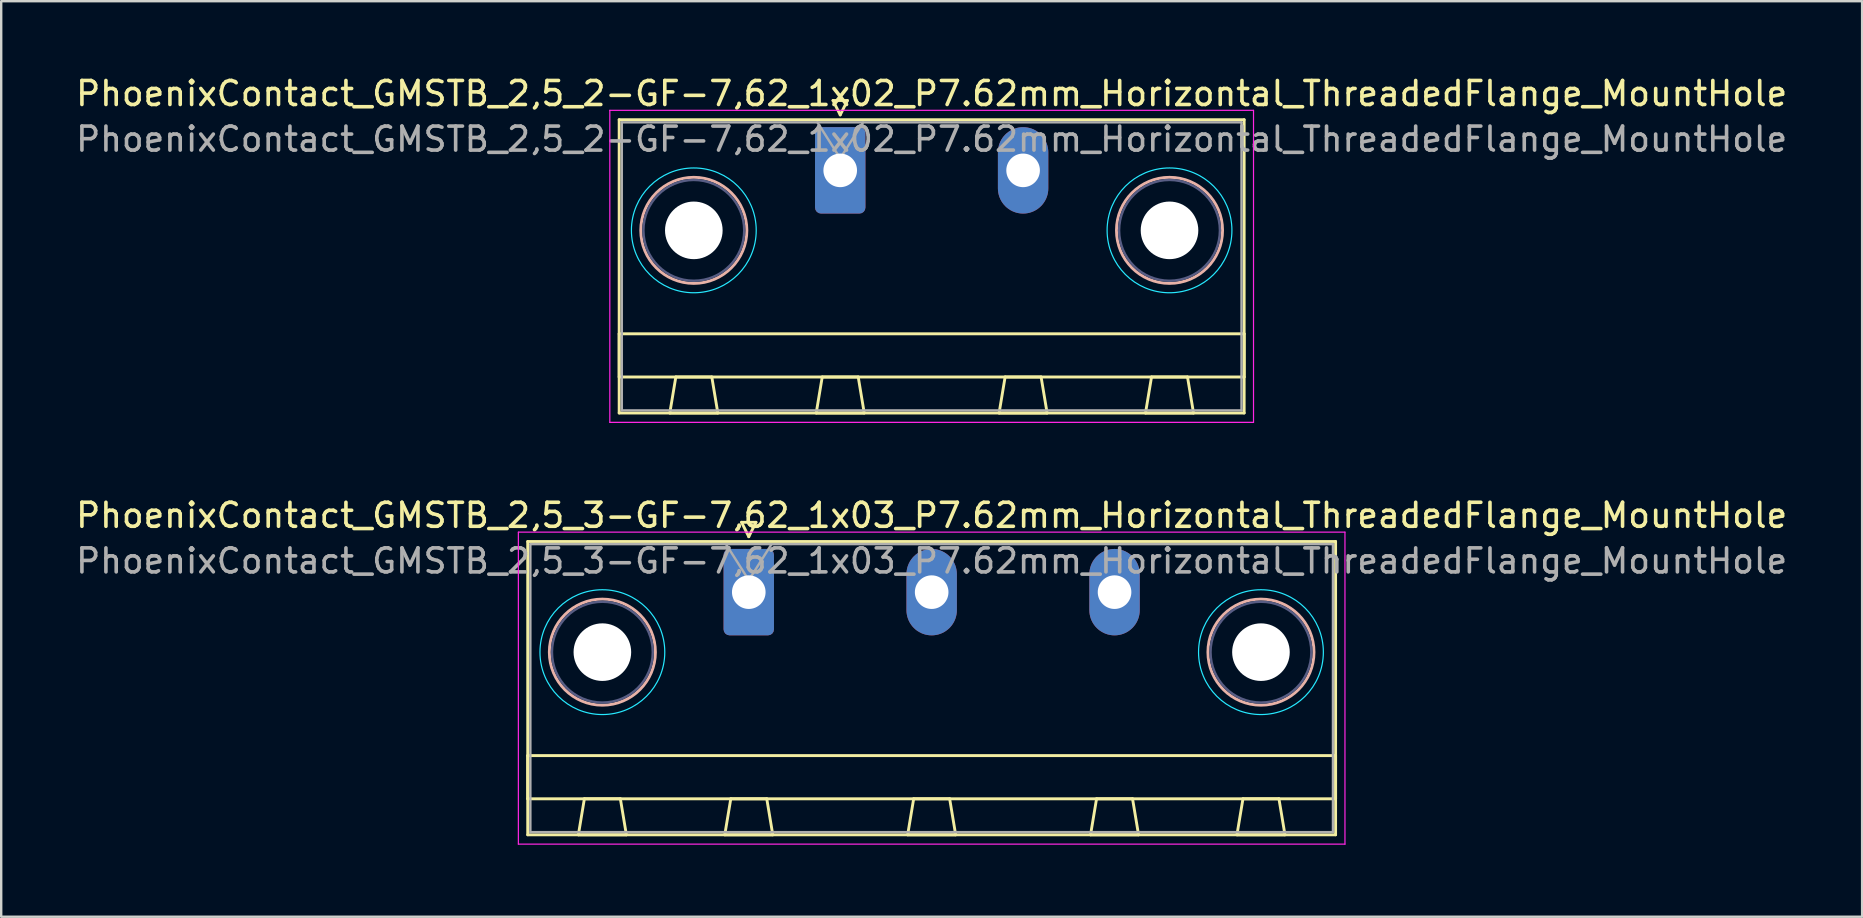
<source format=kicad_pcb>
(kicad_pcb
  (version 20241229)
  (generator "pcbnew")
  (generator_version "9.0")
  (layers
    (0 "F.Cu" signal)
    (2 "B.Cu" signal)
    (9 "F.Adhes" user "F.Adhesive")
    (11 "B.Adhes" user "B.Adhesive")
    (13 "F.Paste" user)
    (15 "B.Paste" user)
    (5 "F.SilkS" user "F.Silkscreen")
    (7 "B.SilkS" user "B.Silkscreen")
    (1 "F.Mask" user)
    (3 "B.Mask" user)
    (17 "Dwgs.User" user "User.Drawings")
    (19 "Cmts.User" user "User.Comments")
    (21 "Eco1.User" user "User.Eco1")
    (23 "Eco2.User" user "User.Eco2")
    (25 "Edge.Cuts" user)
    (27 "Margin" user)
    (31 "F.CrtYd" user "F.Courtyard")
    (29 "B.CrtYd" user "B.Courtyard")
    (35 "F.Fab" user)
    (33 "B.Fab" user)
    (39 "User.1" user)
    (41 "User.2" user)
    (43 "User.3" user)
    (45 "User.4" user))
  (footprint "PhoenixContact_GMSTB_2,5_2-GF-7,62_1x02_P7.62mm_Horizontal_ThreadedFlange_MountHole"
    (layer "F.Cu")
    (at 31.958 4.048)
    (property "Reference" "PhoenixContact_GMSTB_2,5_2-GF-7,62_1x02_P7.62mm_Horizontal_ThreadedFlange_MountHole" (at 3.81 -3.2 0) (layer "F.SilkS") (effects (font (size 1 1) (thickness 0.15))))
    (attr through_hole)
    (fp_line (start -9.21 -2.11) (end -9.21 10.11) (stroke (width 0.12) (type solid)) (layer "F.SilkS"))
    (fp_line (start -9.21 6.81) (end 16.83 6.81) (stroke (width 0.12) (type solid)) (layer "F.SilkS"))
    (fp_line (start -9.21 8.61) (end -9.21 6.81) (stroke (width 0.12) (type solid)) (layer "F.SilkS"))
    (fp_line (start -9.21 10.11) (end 16.83 10.11) (stroke (width 0.12) (type solid)) (layer "F.SilkS"))
    (fp_line (start -7.1 10.11) (end -5.1 10.11) (stroke (width 0.12) (type solid)) (layer "F.SilkS"))
    (fp_line (start -6.85 8.61) (end -7.1 10.11) (stroke (width 0.12) (type solid)) (layer "F.SilkS"))
    (fp_line (start -5.35 8.61) (end -6.85 8.61) (stroke (width 0.12) (type solid)) (layer "F.SilkS"))
    (fp_line (start -5.1 10.11) (end -5.35 8.61) (stroke (width 0.12) (type solid)) (layer "F.SilkS"))
    (fp_line (start -1 10.11) (end 1 10.11) (stroke (width 0.12) (type solid)) (layer "F.SilkS"))
    (fp_line (start -0.75 8.61) (end -1 10.11) (stroke (width 0.12) (type solid)) (layer "F.SilkS"))
    (fp_line (start -0.3 -2.91) (end 0.3 -2.91) (stroke (width 0.12) (type solid)) (layer "F.SilkS"))
    (fp_line (start 0 -2.31) (end -0.3 -2.91) (stroke (width 0.12) (type solid)) (layer "F.SilkS"))
    (fp_line (start 0.3 -2.91) (end 0 -2.31) (stroke (width 0.12) (type solid)) (layer "F.SilkS"))
    (fp_line (start 0.75 8.61) (end -0.75 8.61) (stroke (width 0.12) (type solid)) (layer "F.SilkS"))
    (fp_line (start 1 10.11) (end 0.75 8.61) (stroke (width 0.12) (type solid)) (layer "F.SilkS"))
    (fp_line (start 6.62 10.11) (end 8.62 10.11) (stroke (width 0.12) (type solid)) (layer "F.SilkS"))
    (fp_line (start 6.87 8.61) (end 6.62 10.11) (stroke (width 0.12) (type solid)) (layer "F.SilkS"))
    (fp_line (start 8.37 8.61) (end 6.87 8.61) (stroke (width 0.12) (type solid)) (layer "F.SilkS"))
    (fp_line (start 8.62 10.11) (end 8.37 8.61) (stroke (width 0.12) (type solid)) (layer "F.SilkS"))
    (fp_line (start 12.72 10.11) (end 14.72 10.11) (stroke (width 0.12) (type solid)) (layer "F.SilkS"))
    (fp_line (start 12.97 8.61) (end 12.72 10.11) (stroke (width 0.12) (type solid)) (layer "F.SilkS"))
    (fp_line (start 14.47 8.61) (end 12.97 8.61) (stroke (width 0.12) (type solid)) (layer "F.SilkS"))
    (fp_line (start 14.72 10.11) (end 14.47 8.61) (stroke (width 0.12) (type solid)) (layer "F.SilkS"))
    (fp_line (start 16.83 -2.11) (end -9.21 -2.11) (stroke (width 0.12) (type solid)) (layer "F.SilkS"))
    (fp_line (start 16.83 6.81) (end 16.83 8.61) (stroke (width 0.12) (type solid)) (layer "F.SilkS"))
    (fp_line (start 16.83 8.61) (end -9.21 8.61) (stroke (width 0.12) (type solid)) (layer "F.SilkS"))
    (fp_line (start 16.83 10.11) (end 16.83 -2.11) (stroke (width 0.12) (type solid)) (layer "F.SilkS"))
    (fp_circle (center -6.1 2.5) (end -3.89 2.5) (stroke (width 0.12) (type solid)) (fill no) (layer "B.SilkS"))
    (fp_circle (center 13.72 2.5) (end 15.93 2.5) (stroke (width 0.12) (type solid)) (fill no) (layer "B.SilkS"))
    (fp_circle (center -6.1 2.5) (end -3.5 2.5) (stroke (width 0.05) (type solid)) (fill no) (layer "B.CrtYd"))
    (fp_circle (center 13.72 2.5) (end 16.32 2.5) (stroke (width 0.05) (type solid)) (fill no) (layer "B.CrtYd"))
    (fp_line (start -9.6 -2.5) (end -9.6 10.5) (stroke (width 0.05) (type solid)) (layer "F.CrtYd"))
    (fp_line (start -9.6 10.5) (end 17.22 10.5) (stroke (width 0.05) (type solid)) (layer "F.CrtYd"))
    (fp_line (start 17.22 -2.5) (end -9.6 -2.5) (stroke (width 0.05) (type solid)) (layer "F.CrtYd"))
    (fp_line (start 17.22 10.5) (end 17.22 -2.5) (stroke (width 0.05) (type solid)) (layer "F.CrtYd"))
    (fp_circle (center -6.1 2.5) (end -4 2.5) (stroke (width 0.1) (type solid)) (fill no) (layer "B.Fab"))
    (fp_circle (center 13.72 2.5) (end 15.82 2.5) (stroke (width 0.1) (type solid)) (fill no) (layer "B.Fab"))
    (fp_line (start -9.1 -2) (end -9.1 10) (stroke (width 0.1) (type solid)) (layer "F.Fab"))
    (fp_line (start -9.1 10) (end 16.72 10) (stroke (width 0.1) (type solid)) (layer "F.Fab"))
    (fp_line (start 0 -0.5) (end -0.95 -2) (stroke (width 0.1) (type solid)) (layer "F.Fab"))
    (fp_line (start 0.95 -2) (end 0 -0.5) (stroke (width 0.1) (type solid)) (layer "F.Fab"))
    (fp_line (start 16.72 -2) (end -9.1 -2) (stroke (width 0.1) (type solid)) (layer "F.Fab"))
    (fp_line (start 16.72 10) (end 16.72 -2) (stroke (width 0.1) (type solid)) (layer "F.Fab"))
    (fp_text user "${REFERENCE}" (at 3.81 -1.3 0) (layer "F.Fab") (effects (font (size 1 1) (thickness 0.15))))
    (pad "" np_thru_hole circle (at -6.1 2.5) (size 2.4 2.4) (drill 2.4) (layers "*.Cu" "*.Mask"))
    (pad "" np_thru_hole circle (at 13.72 2.5) (size 2.4 2.4) (drill 2.4) (layers "*.Cu" "*.Mask"))
    (pad "1" thru_hole roundrect (at 0 0) (size 2.1 3.6) (drill 1.4) (layers "*.Cu" "*.Mask") (roundrect_rratio 0.119))
    (pad "2" thru_hole oval (at 7.62 0) (size 2.1 3.6) (drill 1.4) (layers "*.Cu" "*.Mask")))
  (footprint "PhoenixContact_GMSTB_2,5_3-GF-7,62_1x03_P7.62mm_Horizontal_ThreadedFlange_MountHole"
    (layer "F.Cu")
    (at 28.148 21.622)
    (property "Reference" "PhoenixContact_GMSTB_2,5_3-GF-7,62_1x03_P7.62mm_Horizontal_ThreadedFlange_MountHole" (at 7.62 -3.2 0) (layer "F.SilkS") (effects (font (size 1 1) (thickness 0.15))))
    (attr through_hole)
    (fp_line (start -9.21 -2.11) (end -9.21 10.11) (stroke (width 0.12) (type solid)) (layer "F.SilkS"))
    (fp_line (start -9.21 6.81) (end 24.45 6.81) (stroke (width 0.12) (type solid)) (layer "F.SilkS"))
    (fp_line (start -9.21 8.61) (end -9.21 6.81) (stroke (width 0.12) (type solid)) (layer "F.SilkS"))
    (fp_line (start -9.21 10.11) (end 24.45 10.11) (stroke (width 0.12) (type solid)) (layer "F.SilkS"))
    (fp_line (start -7.1 10.11) (end -5.1 10.11) (stroke (width 0.12) (type solid)) (layer "F.SilkS"))
    (fp_line (start -6.85 8.61) (end -7.1 10.11) (stroke (width 0.12) (type solid)) (layer "F.SilkS"))
    (fp_line (start -5.35 8.61) (end -6.85 8.61) (stroke (width 0.12) (type solid)) (layer "F.SilkS"))
    (fp_line (start -5.1 10.11) (end -5.35 8.61) (stroke (width 0.12) (type solid)) (layer "F.SilkS"))
    (fp_line (start -1 10.11) (end 1 10.11) (stroke (width 0.12) (type solid)) (layer "F.SilkS"))
    (fp_line (start -0.75 8.61) (end -1 10.11) (stroke (width 0.12) (type solid)) (layer "F.SilkS"))
    (fp_line (start -0.3 -2.91) (end 0.3 -2.91) (stroke (width 0.12) (type solid)) (layer "F.SilkS"))
    (fp_line (start 0 -2.31) (end -0.3 -2.91) (stroke (width 0.12) (type solid)) (layer "F.SilkS"))
    (fp_line (start 0.3 -2.91) (end 0 -2.31) (stroke (width 0.12) (type solid)) (layer "F.SilkS"))
    (fp_line (start 0.75 8.61) (end -0.75 8.61) (stroke (width 0.12) (type solid)) (layer "F.SilkS"))
    (fp_line (start 1 10.11) (end 0.75 8.61) (stroke (width 0.12) (type solid)) (layer "F.SilkS"))
    (fp_line (start 6.62 10.11) (end 8.62 10.11) (stroke (width 0.12) (type solid)) (layer "F.SilkS"))
    (fp_line (start 6.87 8.61) (end 6.62 10.11) (stroke (width 0.12) (type solid)) (layer "F.SilkS"))
    (fp_line (start 8.37 8.61) (end 6.87 8.61) (stroke (width 0.12) (type solid)) (layer "F.SilkS"))
    (fp_line (start 8.62 10.11) (end 8.37 8.61) (stroke (width 0.12) (type solid)) (layer "F.SilkS"))
    (fp_line (start 14.24 10.11) (end 16.24 10.11) (stroke (width 0.12) (type solid)) (layer "F.SilkS"))
    (fp_line (start 14.49 8.61) (end 14.24 10.11) (stroke (width 0.12) (type solid)) (layer "F.SilkS"))
    (fp_line (start 15.99 8.61) (end 14.49 8.61) (stroke (width 0.12) (type solid)) (layer "F.SilkS"))
    (fp_line (start 16.24 10.11) (end 15.99 8.61) (stroke (width 0.12) (type solid)) (layer "F.SilkS"))
    (fp_line (start 20.34 10.11) (end 22.34 10.11) (stroke (width 0.12) (type solid)) (layer "F.SilkS"))
    (fp_line (start 20.59 8.61) (end 20.34 10.11) (stroke (width 0.12) (type solid)) (layer "F.SilkS"))
    (fp_line (start 22.09 8.61) (end 20.59 8.61) (stroke (width 0.12) (type solid)) (layer "F.SilkS"))
    (fp_line (start 22.34 10.11) (end 22.09 8.61) (stroke (width 0.12) (type solid)) (layer "F.SilkS"))
    (fp_line (start 24.45 -2.11) (end -9.21 -2.11) (stroke (width 0.12) (type solid)) (layer "F.SilkS"))
    (fp_line (start 24.45 6.81) (end 24.45 8.61) (stroke (width 0.12) (type solid)) (layer "F.SilkS"))
    (fp_line (start 24.45 8.61) (end -9.21 8.61) (stroke (width 0.12) (type solid)) (layer "F.SilkS"))
    (fp_line (start 24.45 10.11) (end 24.45 -2.11) (stroke (width 0.12) (type solid)) (layer "F.SilkS"))
    (fp_circle (center -6.1 2.5) (end -3.89 2.5) (stroke (width 0.12) (type solid)) (fill no) (layer "B.SilkS"))
    (fp_circle (center 21.34 2.5) (end 23.55 2.5) (stroke (width 0.12) (type solid)) (fill no) (layer "B.SilkS"))
    (fp_circle (center -6.1 2.5) (end -3.5 2.5) (stroke (width 0.05) (type solid)) (fill no) (layer "B.CrtYd"))
    (fp_circle (center 21.34 2.5) (end 23.94 2.5) (stroke (width 0.05) (type solid)) (fill no) (layer "B.CrtYd"))
    (fp_line (start -9.6 -2.5) (end -9.6 10.5) (stroke (width 0.05) (type solid)) (layer "F.CrtYd"))
    (fp_line (start -9.6 10.5) (end 24.84 10.5) (stroke (width 0.05) (type solid)) (layer "F.CrtYd"))
    (fp_line (start 24.84 -2.5) (end -9.6 -2.5) (stroke (width 0.05) (type solid)) (layer "F.CrtYd"))
    (fp_line (start 24.84 10.5) (end 24.84 -2.5) (stroke (width 0.05) (type solid)) (layer "F.CrtYd"))
    (fp_circle (center -6.1 2.5) (end -4 2.5) (stroke (width 0.1) (type solid)) (fill no) (layer "B.Fab"))
    (fp_circle (center 21.34 2.5) (end 23.44 2.5) (stroke (width 0.1) (type solid)) (fill no) (layer "B.Fab"))
    (fp_line (start -9.1 -2) (end -9.1 10) (stroke (width 0.1) (type solid)) (layer "F.Fab"))
    (fp_line (start -9.1 10) (end 24.34 10) (stroke (width 0.1) (type solid)) (layer "F.Fab"))
    (fp_line (start 0 -0.5) (end -0.95 -2) (stroke (width 0.1) (type solid)) (layer "F.Fab"))
    (fp_line (start 0.95 -2) (end 0 -0.5) (stroke (width 0.1) (type solid)) (layer "F.Fab"))
    (fp_line (start 24.34 -2) (end -9.1 -2) (stroke (width 0.1) (type solid)) (layer "F.Fab"))
    (fp_line (start 24.34 10) (end 24.34 -2) (stroke (width 0.1) (type solid)) (layer "F.Fab"))
    (fp_text user "${REFERENCE}" (at 7.62 -1.3 0) (layer "F.Fab") (effects (font (size 1 1) (thickness 0.15))))
    (pad "" np_thru_hole circle (at -6.1 2.5) (size 2.4 2.4) (drill 2.4) (layers "*.Cu" "*.Mask"))
    (pad "" np_thru_hole circle (at 21.34 2.5) (size 2.4 2.4) (drill 2.4) (layers "*.Cu" "*.Mask"))
    (pad "1" thru_hole roundrect (at 0 0) (size 2.1 3.6) (drill 1.4) (layers "*.Cu" "*.Mask") (roundrect_rratio 0.119))
    (pad "2" thru_hole oval (at 7.62 0) (size 2.1 3.6) (drill 1.4) (layers "*.Cu" "*.Mask"))
    (pad "3" thru_hole oval (at 15.24 0) (size 2.1 3.6) (drill 1.4) (layers "*.Cu" "*.Mask")))
  (gr_rect
    (start -3 -3)
    (end 74.536 35.147)
    (stroke (width 0.1) (type default))
    (fill no)
    (layer "Edge.Cuts")))
</source>
